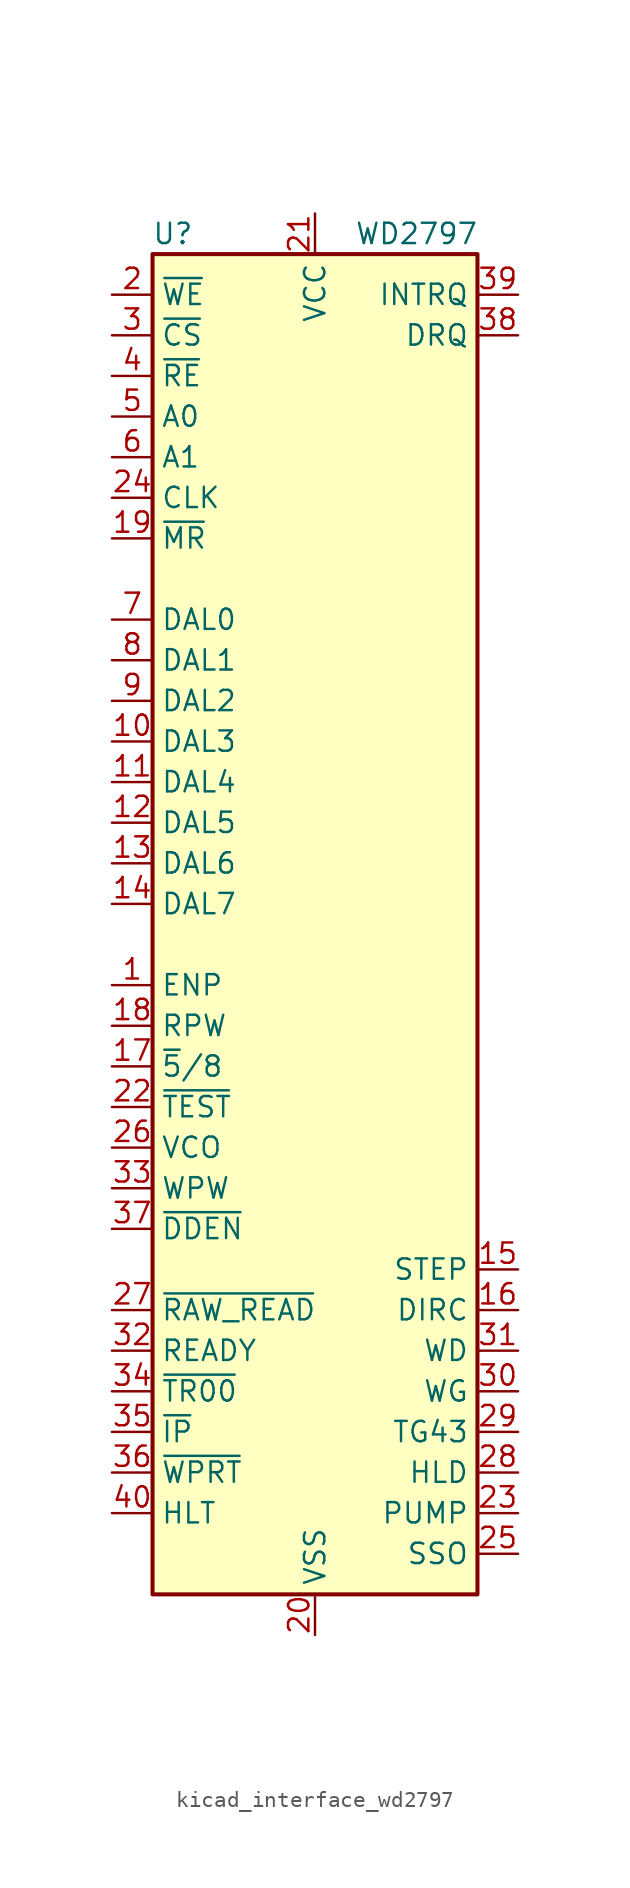
<source format=kicad_sym>
(kicad_symbol_lib
  (version 20220914)
  (generator kicad_symbol_editor)
  (symbol "kicad_interface_wd2797"
    (property "Reference" "U"
      (at -8.89 44.45 0)
      (effects (font (size 1.27 1.27))))
    (property "Value" "WD2797"
      (at 6.35 44.45 0)
      (effects (font (size 1.27 1.27))))
    (symbol "kicad_interface_wd2797_0_1"
      (rectangle (start -10.16 43.18) (end 10.16 -40.64) (stroke (width 0.254) (type default)) (fill (type background))))
    (symbol "kicad_interface_wd2797_1_1"
      (pin input line (at -12.7 -2.54 0) (length 2.54) (name "ENP" (effects (font (size 1.27 1.27)))) (number "1" (effects (font (size 1.27 1.27)))))
      (pin tri_state line (at -12.7 12.7 0) (length 2.54) (name "DAL3" (effects (font (size 1.27 1.27)))) (number "10" (effects (font (size 1.27 1.27)))))
      (pin tri_state line (at -12.7 10.16 0) (length 2.54) (name "DAL4" (effects (font (size 1.27 1.27)))) (number "11" (effects (font (size 1.27 1.27)))))
      (pin tri_state line (at -12.7 7.62 0) (length 2.54) (name "DAL5" (effects (font (size 1.27 1.27)))) (number "12" (effects (font (size 1.27 1.27)))))
      (pin tri_state line (at -12.7 5.08 0) (length 2.54) (name "DAL6" (effects (font (size 1.27 1.27)))) (number "13" (effects (font (size 1.27 1.27)))))
      (pin tri_state line (at -12.7 2.54 0) (length 2.54) (name "DAL7" (effects (font (size 1.27 1.27)))) (number "14" (effects (font (size 1.27 1.27)))))
      (pin output line (at 12.7 -20.32 180) (length 2.54) (name "STEP" (effects (font (size 1.27 1.27)))) (number "15" (effects (font (size 1.27 1.27)))))
      (pin output line (at 12.7 -22.86 180) (length 2.54) (name "DIRC" (effects (font (size 1.27 1.27)))) (number "16" (effects (font (size 1.27 1.27)))))
      (pin input line (at -12.7 -7.62 0) (length 2.54) (name "~{5}/8" (effects (font (size 1.27 1.27)))) (number "17" (effects (font (size 1.27 1.27)))))
      (pin input line (at -12.7 -5.08 0) (length 2.54) (name "RPW" (effects (font (size 1.27 1.27)))) (number "18" (effects (font (size 1.27 1.27)))))
      (pin input line (at -12.7 25.4 0) (length 2.54) (name "~{MR}" (effects (font (size 1.27 1.27)))) (number "19" (effects (font (size 1.27 1.27)))))
      (pin input line (at -12.7 40.64 0) (length 2.54) (name "~{WE}" (effects (font (size 1.27 1.27)))) (number "2" (effects (font (size 1.27 1.27)))))
      (pin power_in line (at 0 -43.18 90) (length 2.54) (name "VSS" (effects (font (size 1.27 1.27)))) (number "20" (effects (font (size 1.27 1.27)))))
      (pin power_in line (at 0 45.72 270) (length 2.54) (name "VCC" (effects (font (size 1.27 1.27)))) (number "21" (effects (font (size 1.27 1.27)))))
      (pin input line (at -12.7 -10.16 0) (length 2.54) (name "~{TEST}" (effects (font (size 1.27 1.27)))) (number "22" (effects (font (size 1.27 1.27)))))
      (pin output line (at 12.7 -35.56 180) (length 2.54) (name "PUMP" (effects (font (size 1.27 1.27)))) (number "23" (effects (font (size 1.27 1.27)))))
      (pin input line (at -12.7 27.94 0) (length 2.54) (name "CLK" (effects (font (size 1.27 1.27)))) (number "24" (effects (font (size 1.27 1.27)))))
      (pin output line (at 12.7 -38.1 180) (length 2.54) (name "SSO" (effects (font (size 1.27 1.27)))) (number "25" (effects (font (size 1.27 1.27)))))
      (pin input line (at -12.7 -12.7 0) (length 2.54) (name "VCO" (effects (font (size 1.27 1.27)))) (number "26" (effects (font (size 1.27 1.27)))))
      (pin input line (at -12.7 -22.86 0) (length 2.54) (name "~{RAW_READ}" (effects (font (size 1.27 1.27)))) (number "27" (effects (font (size 1.27 1.27)))))
      (pin output line (at 12.7 -33.02 180) (length 2.54) (name "HLD" (effects (font (size 1.27 1.27)))) (number "28" (effects (font (size 1.27 1.27)))))
      (pin output line (at 12.7 -30.48 180) (length 2.54) (name "TG43" (effects (font (size 1.27 1.27)))) (number "29" (effects (font (size 1.27 1.27)))))
      (pin input line (at -12.7 38.1 0) (length 2.54) (name "~{CS}" (effects (font (size 1.27 1.27)))) (number "3" (effects (font (size 1.27 1.27)))))
      (pin output line (at 12.7 -27.94 180) (length 2.54) (name "WG" (effects (font (size 1.27 1.27)))) (number "30" (effects (font (size 1.27 1.27)))))
      (pin output line (at 12.7 -25.4 180) (length 2.54) (name "WD" (effects (font (size 1.27 1.27)))) (number "31" (effects (font (size 1.27 1.27)))))
      (pin input line (at -12.7 -25.4 0) (length 2.54) (name "READY" (effects (font (size 1.27 1.27)))) (number "32" (effects (font (size 1.27 1.27)))))
      (pin input line (at -12.7 -15.24 0) (length 2.54) (name "WPW" (effects (font (size 1.27 1.27)))) (number "33" (effects (font (size 1.27 1.27)))))
      (pin input line (at -12.7 -27.94 0) (length 2.54) (name "~{TR00}" (effects (font (size 1.27 1.27)))) (number "34" (effects (font (size 1.27 1.27)))))
      (pin input line (at -12.7 -30.48 0) (length 2.54) (name "~{IP}" (effects (font (size 1.27 1.27)))) (number "35" (effects (font (size 1.27 1.27)))))
      (pin input line (at -12.7 -33.02 0) (length 2.54) (name "~{WPRT}" (effects (font (size 1.27 1.27)))) (number "36" (effects (font (size 1.27 1.27)))))
      (pin input line (at -12.7 -17.78 0) (length 2.54) (name "~{DDEN}" (effects (font (size 1.27 1.27)))) (number "37" (effects (font (size 1.27 1.27)))))
      (pin output line (at 12.7 38.1 180) (length 2.54) (name "DRQ" (effects (font (size 1.27 1.27)))) (number "38" (effects (font (size 1.27 1.27)))))
      (pin output line (at 12.7 40.64 180) (length 2.54) (name "INTRQ" (effects (font (size 1.27 1.27)))) (number "39" (effects (font (size 1.27 1.27)))))
      (pin input line (at -12.7 35.56 0) (length 2.54) (name "~{RE}" (effects (font (size 1.27 1.27)))) (number "4" (effects (font (size 1.27 1.27)))))
      (pin input line (at -12.7 -35.56 0) (length 2.54) (name "HLT" (effects (font (size 1.27 1.27)))) (number "40" (effects (font (size 1.27 1.27)))))
      (pin input line (at -12.7 33.02 0) (length 2.54) (name "A0" (effects (font (size 1.27 1.27)))) (number "5" (effects (font (size 1.27 1.27)))))
      (pin input line (at -12.7 30.48 0) (length 2.54) (name "A1" (effects (font (size 1.27 1.27)))) (number "6" (effects (font (size 1.27 1.27)))))
      (pin tri_state line (at -12.7 20.32 0) (length 2.54) (name "DAL0" (effects (font (size 1.27 1.27)))) (number "7" (effects (font (size 1.27 1.27)))))
      (pin tri_state line (at -12.7 17.78 0) (length 2.54) (name "DAL1" (effects (font (size 1.27 1.27)))) (number "8" (effects (font (size 1.27 1.27)))))
      (pin tri_state line (at -12.7 15.24 0) (length 2.54) (name "DAL2" (effects (font (size 1.27 1.27)))) (number "9" (effects (font (size 1.27 1.27))))))))
</source>
